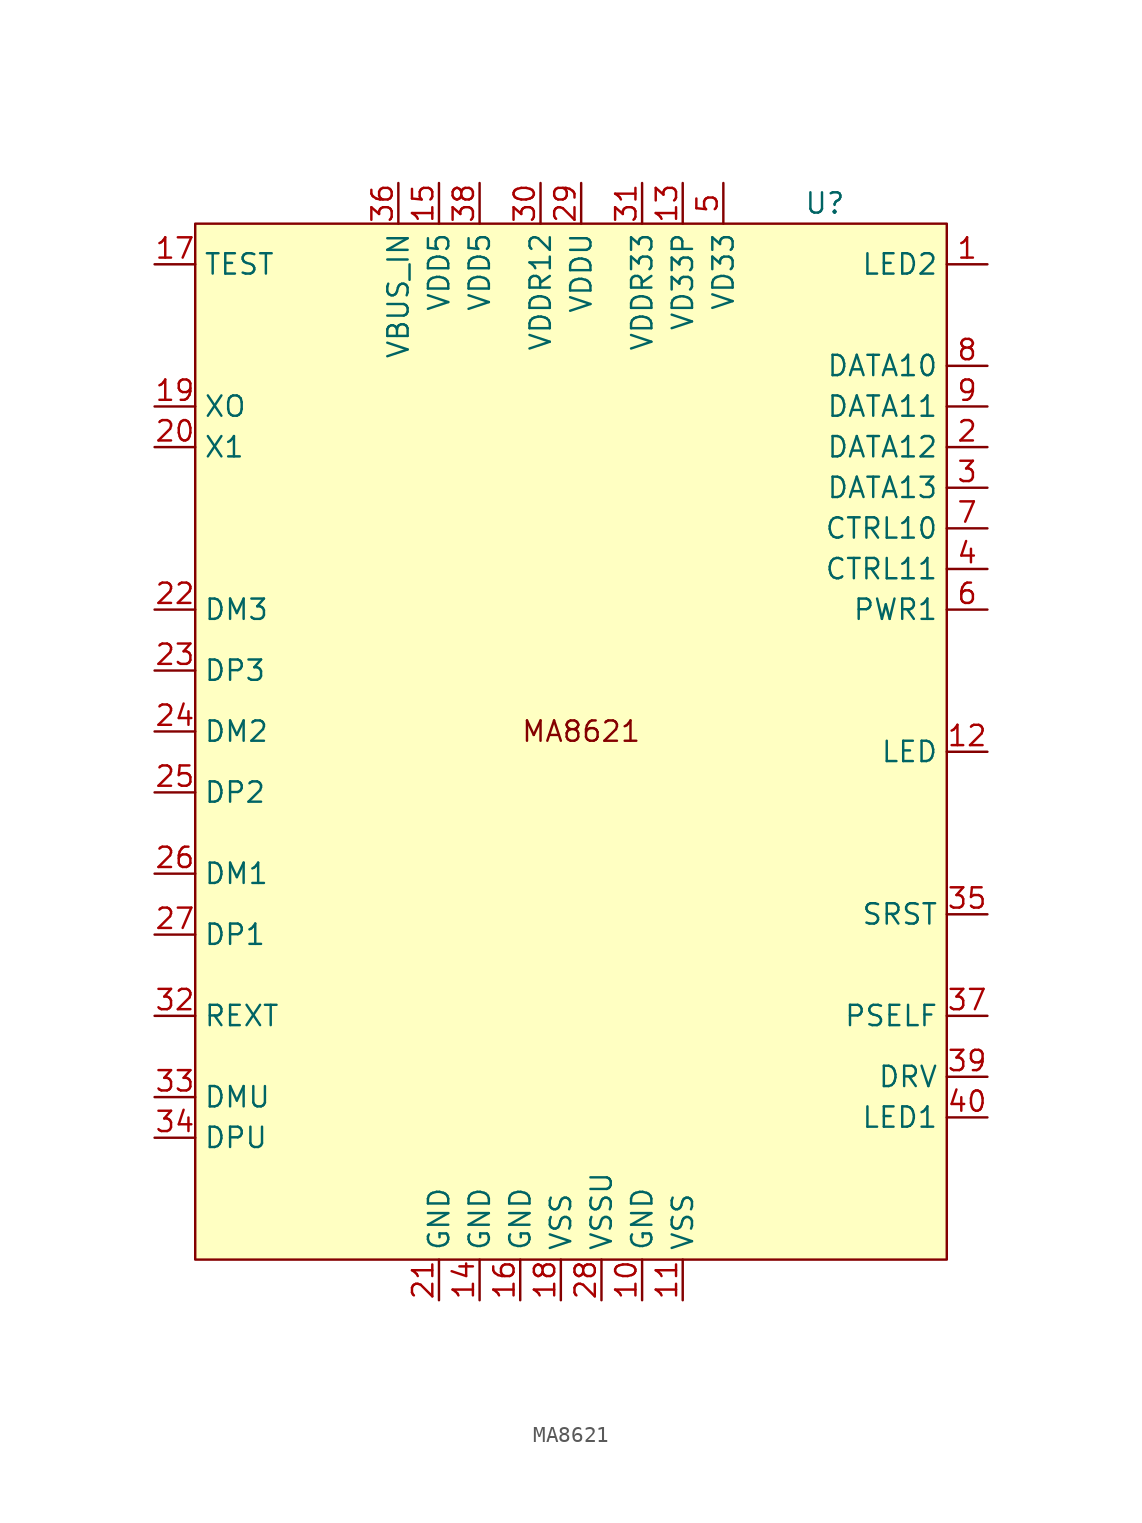
<source format=kicad_sym>
(kicad_symbol_lib
  (version 20220914)
  (generator kicad_symbol_editor)
  (symbol "MA8621"
    (property "Reference" "U"
      (at 16.51 34.29 0)
      (effects (font (size 1.27 1.27))))
    (property "Value" ""
      (at -5.08 34.29 0)
      (effects (font (size 1.27 1.27))))
    (symbol "MA8621_1_1"
      (rectangle (start -22.86 33.02) (end 24.13 -31.75) (stroke (width 0) (type default)) (fill (type background)))
      (text "MA8621" (at 1.27 1.27 0) (effects (font (size 1.27 1.27))))
      (pin bidirectional line (at 26.67 30.48 180) (length 2.54) (name "LED2" (effects (font (size 1.27 1.27)))) (number "1" (effects (font (size 1.27 1.27)))))
      (pin power_in line (at 5.08 -34.29 90) (length 2.54) (name "GND" (effects (font (size 1.27 1.27)))) (number "10" (effects (font (size 1.27 1.27)))))
      (pin power_in line (at 7.62 -34.29 90) (length 2.54) (name "VSS" (effects (font (size 1.27 1.27)))) (number "11" (effects (font (size 1.27 1.27)))))
      (pin output line (at 26.67 0 180) (length 2.54) (name "LED" (effects (font (size 1.27 1.27)))) (number "12" (effects (font (size 1.27 1.27)))))
      (pin power_in line (at 7.62 35.56 270) (length 2.54) (name "VD33P" (effects (font (size 1.27 1.27)))) (number "13" (effects (font (size 1.27 1.27)))))
      (pin power_in line (at -5.08 -34.29 90) (length 2.54) (name "GND" (effects (font (size 1.27 1.27)))) (number "14" (effects (font (size 1.27 1.27)))))
      (pin power_in line (at -7.62 35.56 270) (length 2.54) (name "VDD5" (effects (font (size 1.27 1.27)))) (number "15" (effects (font (size 1.27 1.27)))))
      (pin power_in line (at -2.54 -34.29 90) (length 2.54) (name "GND" (effects (font (size 1.27 1.27)))) (number "16" (effects (font (size 1.27 1.27)))))
      (pin bidirectional line (at -25.4 30.48 0) (length 2.54) (name "TEST" (effects (font (size 1.27 1.27)))) (number "17" (effects (font (size 1.27 1.27)))))
      (pin power_in line (at 0 -34.29 90) (length 2.54) (name "VSS" (effects (font (size 1.27 1.27)))) (number "18" (effects (font (size 1.27 1.27)))))
      (pin power_in line (at -25.4 21.59 0) (length 2.54) (name "XO" (effects (font (size 1.27 1.27)))) (number "19" (effects (font (size 1.27 1.27)))))
      (pin bidirectional line (at 26.67 19.05 180) (length 2.54) (name "DATA12" (effects (font (size 1.27 1.27)))) (number "2" (effects (font (size 1.27 1.27)))))
      (pin power_in line (at -25.4 19.05 0) (length 2.54) (name "X1" (effects (font (size 1.27 1.27)))) (number "20" (effects (font (size 1.27 1.27)))))
      (pin power_in line (at -7.62 -34.29 90) (length 2.54) (name "GND" (effects (font (size 1.27 1.27)))) (number "21" (effects (font (size 1.27 1.27)))))
      (pin bidirectional line (at -25.4 8.89 0) (length 2.54) (name "DM3" (effects (font (size 1.27 1.27)))) (number "22" (effects (font (size 1.27 1.27)))))
      (pin bidirectional line (at -25.4 5.08 0) (length 2.54) (name "DP3" (effects (font (size 1.27 1.27)))) (number "23" (effects (font (size 1.27 1.27)))))
      (pin bidirectional line (at -25.4 1.27 0) (length 2.54) (name "DM2" (effects (font (size 1.27 1.27)))) (number "24" (effects (font (size 1.27 1.27)))))
      (pin bidirectional line (at -25.4 -2.54 0) (length 2.54) (name "DP2" (effects (font (size 1.27 1.27)))) (number "25" (effects (font (size 1.27 1.27)))))
      (pin bidirectional line (at -25.4 -7.62 0) (length 2.54) (name "DM1" (effects (font (size 1.27 1.27)))) (number "26" (effects (font (size 1.27 1.27)))))
      (pin bidirectional line (at -25.4 -11.43 0) (length 2.54) (name "DP1" (effects (font (size 1.27 1.27)))) (number "27" (effects (font (size 1.27 1.27)))))
      (pin power_in line (at 2.54 -34.29 90) (length 2.54) (name "VSSU" (effects (font (size 1.27 1.27)))) (number "28" (effects (font (size 1.27 1.27)))))
      (pin power_in line (at 1.27 35.56 270) (length 2.54) (name "VDDU" (effects (font (size 1.27 1.27)))) (number "29" (effects (font (size 1.27 1.27)))))
      (pin bidirectional line (at 26.67 16.51 180) (length 2.54) (name "DATA13" (effects (font (size 1.27 1.27)))) (number "3" (effects (font (size 1.27 1.27)))))
      (pin power_out line (at -1.27 35.56 270) (length 2.54) (name "VDDR12" (effects (font (size 1.27 1.27)))) (number "30" (effects (font (size 1.27 1.27)))))
      (pin power_out line (at 5.08 35.56 270) (length 2.54) (name "VDDR33" (effects (font (size 1.27 1.27)))) (number "31" (effects (font (size 1.27 1.27)))))
      (pin input line (at -25.4 -16.51 0) (length 2.54) (name "REXT" (effects (font (size 1.27 1.27)))) (number "32" (effects (font (size 1.27 1.27)))))
      (pin bidirectional line (at -25.4 -21.59 0) (length 2.54) (name "DMU" (effects (font (size 1.27 1.27)))) (number "33" (effects (font (size 1.27 1.27)))))
      (pin bidirectional line (at -25.4 -24.13 0) (length 2.54) (name "DPU" (effects (font (size 1.27 1.27)))) (number "34" (effects (font (size 1.27 1.27)))))
      (pin input line (at 26.67 -10.16 180) (length 2.54) (name "SRST" (effects (font (size 1.27 1.27)))) (number "35" (effects (font (size 1.27 1.27)))))
      (pin input line (at -10.16 35.56 270) (length 2.54) (name "VBUS_IN" (effects (font (size 1.27 1.27)))) (number "36" (effects (font (size 1.27 1.27)))))
      (pin bidirectional line (at 26.67 -16.51 180) (length 2.54) (name "PSELF" (effects (font (size 1.27 1.27)))) (number "37" (effects (font (size 1.27 1.27)))))
      (pin power_in line (at -5.08 35.56 270) (length 2.54) (name "VDD5" (effects (font (size 1.27 1.27)))) (number "38" (effects (font (size 1.27 1.27)))))
      (pin bidirectional line (at 26.67 -20.32 180) (length 2.54) (name "DRV" (effects (font (size 1.27 1.27)))) (number "39" (effects (font (size 1.27 1.27)))))
      (pin output line (at 26.67 11.43 180) (length 2.54) (name "CTRL11" (effects (font (size 1.27 1.27)))) (number "4" (effects (font (size 1.27 1.27)))))
      (pin bidirectional line (at 26.67 -22.86 180) (length 2.54) (name "LED1" (effects (font (size 1.27 1.27)))) (number "40" (effects (font (size 1.27 1.27)))))
      (pin power_in line (at 10.16 35.56 270) (length 2.54) (name "VD33" (effects (font (size 1.27 1.27)))) (number "5" (effects (font (size 1.27 1.27)))))
      (pin power_out line (at 26.67 8.89 180) (length 2.54) (name "PWR1" (effects (font (size 1.27 1.27)))) (number "6" (effects (font (size 1.27 1.27)))))
      (pin output line (at 26.67 13.97 180) (length 2.54) (name "CTRL10" (effects (font (size 1.27 1.27)))) (number "7" (effects (font (size 1.27 1.27)))))
      (pin bidirectional line (at 26.67 24.13 180) (length 2.54) (name "DATA10" (effects (font (size 1.27 1.27)))) (number "8" (effects (font (size 1.27 1.27)))))
      (pin bidirectional line (at 26.67 21.59 180) (length 2.54) (name "DATA11" (effects (font (size 1.27 1.27)))) (number "9" (effects (font (size 1.27 1.27))))))))
</source>
